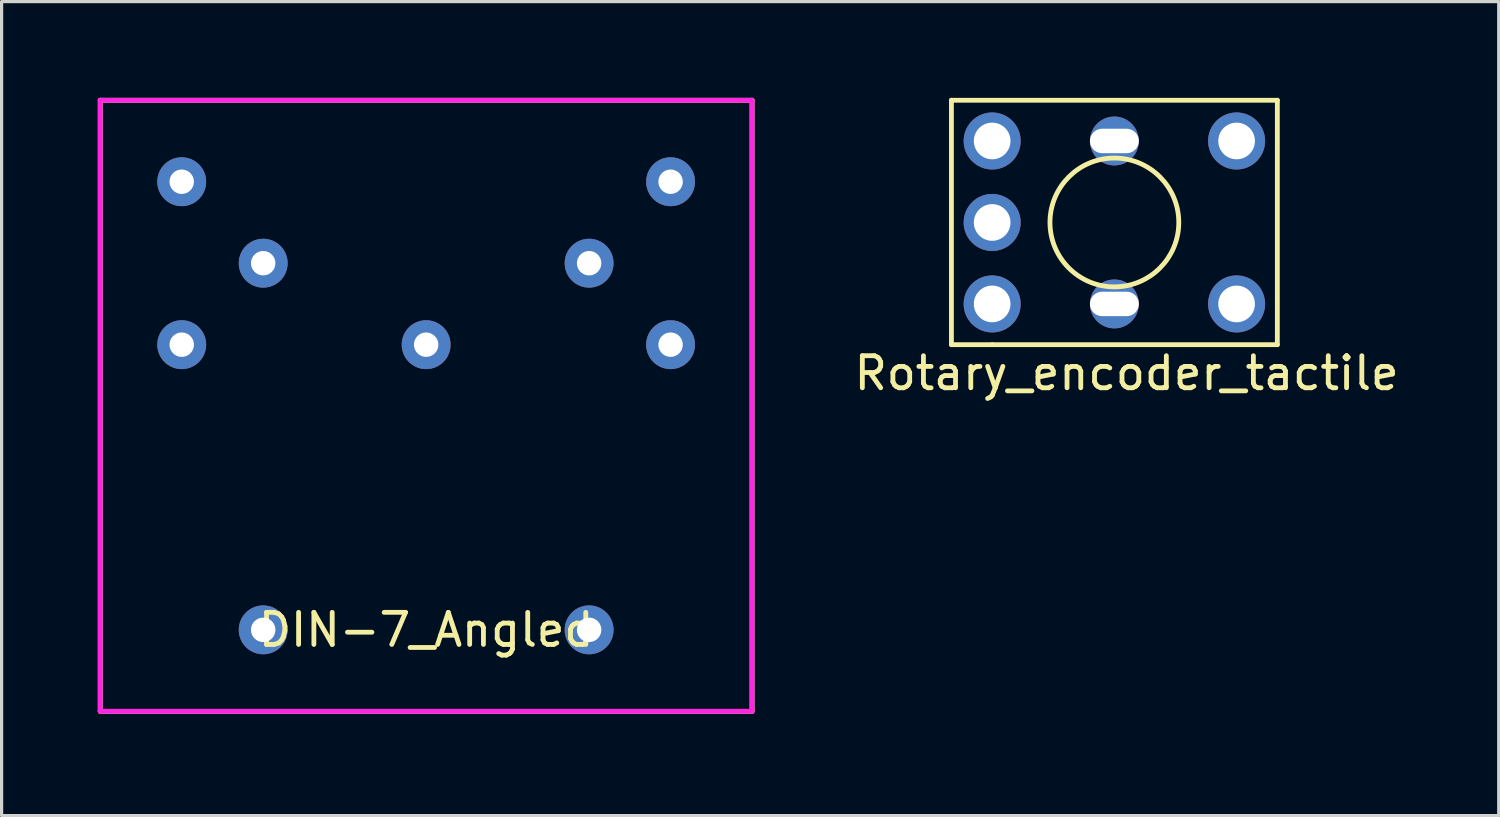
<source format=kicad_pcb>
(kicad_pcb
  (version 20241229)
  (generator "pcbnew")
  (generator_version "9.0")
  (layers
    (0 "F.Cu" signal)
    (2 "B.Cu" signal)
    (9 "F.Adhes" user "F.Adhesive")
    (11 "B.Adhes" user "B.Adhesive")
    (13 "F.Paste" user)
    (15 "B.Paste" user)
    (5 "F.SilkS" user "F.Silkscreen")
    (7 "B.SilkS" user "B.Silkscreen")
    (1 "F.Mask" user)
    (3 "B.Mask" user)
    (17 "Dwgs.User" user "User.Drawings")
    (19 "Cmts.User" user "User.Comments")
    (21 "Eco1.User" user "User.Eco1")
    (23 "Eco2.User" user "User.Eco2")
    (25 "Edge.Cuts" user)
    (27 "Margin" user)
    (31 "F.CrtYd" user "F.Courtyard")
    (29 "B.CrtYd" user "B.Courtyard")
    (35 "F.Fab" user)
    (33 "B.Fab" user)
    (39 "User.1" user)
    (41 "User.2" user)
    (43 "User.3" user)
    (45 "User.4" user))
  (footprint "Rotary_encoder_tactile"
    (layer "F.Cu")
    (at 31.69 3.885)
    (property "Reference" "Rotary_encoder_tactile" (at 0.381 4.699 0) (layer "F.SilkS") (effects (font (size 1 1) (thickness 0.15))))
    (attr through_hole)
    (fp_line (start -5.08 -3.81) (end -5.08 3.81) (stroke (width 0.15) (type solid)) (layer "F.SilkS"))
    (fp_line (start -5.08 3.81) (end -3.81 3.81) (stroke (width 0.15) (type solid)) (layer "F.SilkS"))
    (fp_line (start -3.81 3.81) (end 5.08 3.81) (stroke (width 0.15) (type solid)) (layer "F.SilkS"))
    (fp_line (start 5.08 -3.81) (end -5.08 -3.81) (stroke (width 0.15) (type solid)) (layer "F.SilkS"))
    (fp_line (start 5.08 3.81) (end 5.08 -3.81) (stroke (width 0.15) (type solid)) (layer "F.SilkS"))
    (fp_circle (center 0 0) (end 1.905 0.635) (stroke (width 0.15) (type solid)) (fill no) (layer "F.SilkS"))
    (pad "" thru_hole circle (at 0 -2.54) (size 1.524 1.524) (drill oval 1.524 0.762) (layers "*.Cu" "*.Mask"))
    (pad "" thru_hole circle (at 0 2.54) (size 1.524 1.524) (drill oval 1.524 0.762) (layers "*.Cu" "*.Mask"))
    (pad "1" thru_hole circle (at -3.81 -2.54) (size 1.778 1.778) (drill 1.143) (layers "*.Cu" "*.Mask"))
    (pad "2" thru_hole circle (at -3.81 0) (size 1.778 1.778) (drill 1.143) (layers "*.Cu" "*.Mask"))
    (pad "3" thru_hole circle (at -3.81 2.54) (size 1.778 1.778) (drill 1.143) (layers "*.Cu" "*.Mask"))
    (pad "4" thru_hole circle (at 3.81 -2.54) (size 1.778 1.778) (drill 1.143) (layers "*.Cu" "*.Mask"))
    (pad "5" thru_hole circle (at 3.81 2.54) (size 1.778 1.778) (drill 1.143) (layers "*.Cu" "*.Mask")))
  (footprint "DIN-7_Angled"
    (layer "F.Cu")
    (at 10.235 19.125)
    (property "Reference" "DIN-7_Angled" (at 0 -2.54 0) (layer "F.SilkS") (effects (font (size 1 1) (thickness 0.15))))
    (attr through_hole)
    (fp_line (start -10.16 -19.05) (end -10.16 0) (stroke (width 0.15) (type solid)) (layer "F.SilkS"))
    (fp_line (start -10.16 0) (end 10.16 0) (stroke (width 0.15) (type solid)) (layer "F.SilkS"))
    (fp_line (start 10.16 -19.05) (end -10.16 -19.05) (stroke (width 0.15) (type solid)) (layer "F.SilkS"))
    (fp_line (start 10.16 0) (end 10.16 -19.05) (stroke (width 0.15) (type solid)) (layer "F.SilkS"))
    (fp_line (start -10.16 -19.05) (end 10.16 -19.05) (stroke (width 0.15) (type solid)) (layer "F.CrtYd"))
    (fp_line (start -10.16 0) (end -10.16 -19.05) (stroke (width 0.15) (type solid)) (layer "F.CrtYd"))
    (fp_line (start 10.16 -19.05) (end 10.16 0) (stroke (width 0.15) (type solid)) (layer "F.CrtYd"))
    (fp_line (start 10.16 0) (end -10.16 0) (stroke (width 0.15) (type solid)) (layer "F.CrtYd"))
    (pad "1" thru_hole circle (at -7.62 -11.43) (size 1.524 1.524) (drill 0.762) (layers "*.Cu" "*.Mask"))
    (pad "2" thru_hole circle (at 0 -11.43) (size 1.524 1.524) (drill 0.762) (layers "*.Cu" "*.Mask"))
    (pad "3" thru_hole circle (at 7.62 -11.43) (size 1.524 1.524) (drill 0.762) (layers "*.Cu" "*.Mask"))
    (pad "4" thru_hole circle (at -5.08 -13.97) (size 1.524 1.524) (drill 0.762) (layers "*.Cu" "*.Mask"))
    (pad "5" thru_hole circle (at 5.08 -13.97) (size 1.524 1.524) (drill 0.762) (layers "*.Cu" "*.Mask"))
    (pad "6" thru_hole circle (at -7.62 -16.51) (size 1.524 1.524) (drill 0.762) (layers "*.Cu" "*.Mask"))
    (pad "7" thru_hole circle (at 7.62 -16.51) (size 1.524 1.524) (drill 0.762) (layers "*.Cu" "*.Mask"))
    (pad "SLVE" thru_hole circle (at -5.08 -2.54) (size 1.524 1.524) (drill 0.762) (layers "*.Cu" "*.Mask"))
    (pad "SLVE" thru_hole circle (at 5.08 -2.54) (size 1.524 1.524) (drill 0.762) (layers "*.Cu" "*.Mask")))
  (gr_rect
    (start -3 -3)
    (end 43.672 22.375)
    (stroke (width 0.1) (type default))
    (fill no)
    (layer "Edge.Cuts")))
</source>
